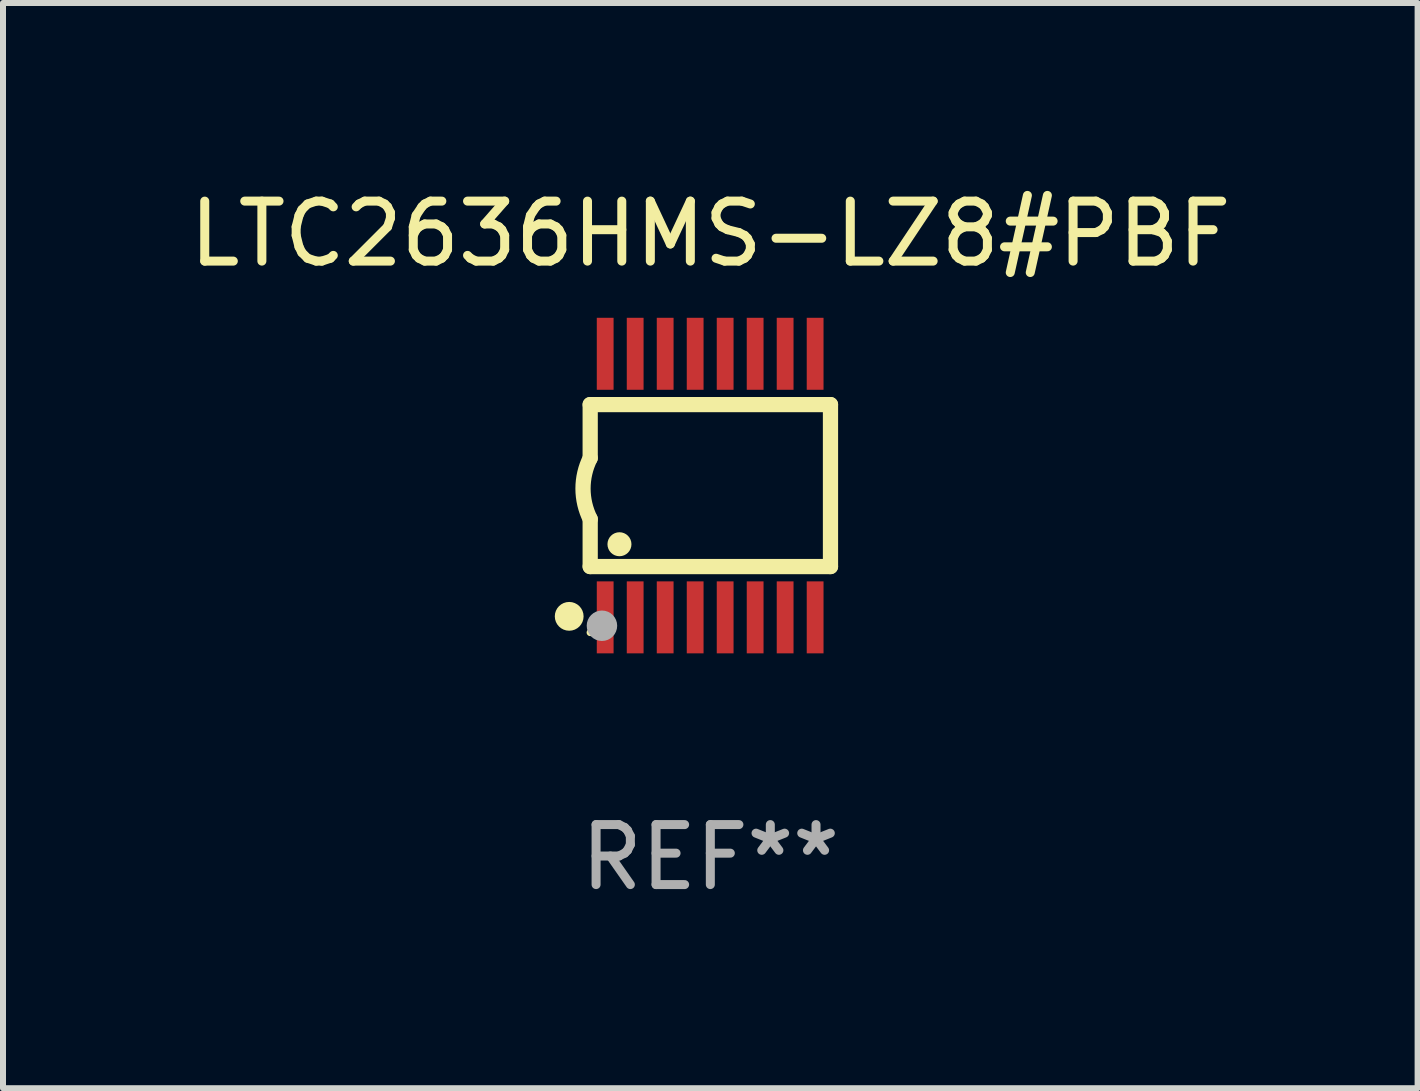
<source format=kicad_pcb>
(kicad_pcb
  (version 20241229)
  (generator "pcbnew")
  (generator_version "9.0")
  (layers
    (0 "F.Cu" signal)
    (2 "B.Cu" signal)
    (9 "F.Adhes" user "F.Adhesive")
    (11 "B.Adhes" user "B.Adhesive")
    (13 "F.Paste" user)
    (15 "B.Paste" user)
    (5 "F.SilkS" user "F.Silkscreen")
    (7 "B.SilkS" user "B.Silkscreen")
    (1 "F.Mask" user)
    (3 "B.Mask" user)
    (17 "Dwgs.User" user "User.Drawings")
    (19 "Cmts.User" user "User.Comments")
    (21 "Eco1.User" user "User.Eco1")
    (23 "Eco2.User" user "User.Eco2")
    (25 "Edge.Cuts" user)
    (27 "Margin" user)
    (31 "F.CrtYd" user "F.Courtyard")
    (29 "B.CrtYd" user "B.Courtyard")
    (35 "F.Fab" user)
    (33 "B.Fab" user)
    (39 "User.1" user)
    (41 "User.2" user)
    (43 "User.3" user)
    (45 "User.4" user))
  (footprint "LTC2636HMS-LZ8#PBF"
    (layer "F.Cu")
    (at 8.792 5.045)
    (property "Reference" "LTC2636HMS-LZ8#PBF" (at 0 -4.197 0) (layer "F.SilkS") (effects (font (size 1 1) (thickness 0.15))))
    (attr through_hole)
    (fp_line (start -2.003 -1.35) (end -2.003 -0.457) (stroke (width 0.254) (type solid)) (layer "F.SilkS"))
    (fp_line (start -2.003 -1.35) (end 2.003 -1.35) (stroke (width 0.254) (type solid)) (layer "F.SilkS"))
    (fp_line (start -2.003 1.35) (end -2.003 0.559) (stroke (width 0.254) (type solid)) (layer "F.SilkS"))
    (fp_line (start -2.003 1.35) (end 2.003 1.35) (stroke (width 0.254) (type solid)) (layer "F.SilkS"))
    (fp_line (start 2.003 -1.35) (end 2.003 1.35) (stroke (width 0.254) (type solid)) (layer "F.SilkS"))
    (fp_arc (start -2.002286 0.558802) (mid -2.122556 0.05092) (end -2.003302 -0.457201) (stroke (width 0.254001) (type solid)) (layer "F.SilkS"))
    (fp_circle (center -2.353 2.18) (end -2.233 2.18) (stroke (width 0.24) (type solid)) (fill no) (layer "F.SilkS"))
    (fp_circle (center -2.003 2.45) (end -1.973 2.45) (stroke (width 0.06) (type solid)) (fill no) (layer "F.SilkS"))
    (fp_circle (center -1.515 0.978) (end -1.415 0.978) (stroke (width 0.2) (type solid)) (fill no) (layer "F.SilkS"))
    (fp_circle (center -1.807 2.337) (end -1.68 2.337) (stroke (width 0.254) (type solid)) (fill no) (layer "F.Fab"))
    (fp_text user "REF**" (at 0 6.197 0) (layer "F.Fab") (effects (font (size 1 1) (thickness 0.15))))
    (pad "1" smd rect (at -1.753 2.197 90) (size 1.2 0.28) (layers "F.Cu" "F.Mask" "F.Paste"))
    (pad "2" smd rect (at -1.253 2.197 90) (size 1.2 0.28) (layers "F.Cu" "F.Mask" "F.Paste"))
    (pad "3" smd rect (at -0.753 2.197 90) (size 1.2 0.28) (layers "F.Cu" "F.Mask" "F.Paste"))
    (pad "4" smd rect (at -0.253 2.197 90) (size 1.2 0.28) (layers "F.Cu" "F.Mask" "F.Paste"))
    (pad "5" smd rect (at 0.247 2.197 90) (size 1.2 0.28) (layers "F.Cu" "F.Mask" "F.Paste"))
    (pad "6" smd rect (at 0.747 2.197 90) (size 1.2 0.28) (layers "F.Cu" "F.Mask" "F.Paste"))
    (pad "7" smd rect (at 1.247 2.197 90) (size 1.2 0.28) (layers "F.Cu" "F.Mask" "F.Paste"))
    (pad "8" smd rect (at 1.747 2.197 90) (size 1.2 0.28) (layers "F.Cu" "F.Mask" "F.Paste"))
    (pad "9" smd rect (at 1.747 -2.197 90) (size 1.2 0.28) (layers "F.Cu" "F.Mask" "F.Paste"))
    (pad "10" smd rect (at 1.247 -2.197 90) (size 1.2 0.28) (layers "F.Cu" "F.Mask" "F.Paste"))
    (pad "11" smd rect (at 0.747 -2.197 90) (size 1.2 0.28) (layers "F.Cu" "F.Mask" "F.Paste"))
    (pad "12" smd rect (at 0.247 -2.197 90) (size 1.2 0.28) (layers "F.Cu" "F.Mask" "F.Paste"))
    (pad "13" smd rect (at -0.253 -2.197 90) (size 1.2 0.28) (layers "F.Cu" "F.Mask" "F.Paste"))
    (pad "14" smd rect (at -0.753 -2.197 90) (size 1.2 0.28) (layers "F.Cu" "F.Mask" "F.Paste"))
    (pad "15" smd rect (at -1.253 -2.197 90) (size 1.2 0.28) (layers "F.Cu" "F.Mask" "F.Paste"))
    (pad "16" smd rect (at -1.753 -2.197 90) (size 1.2 0.28) (layers "F.Cu" "F.Mask" "F.Paste")))
  (gr_rect
    (start -3 -3)
    (end 20.583 15.091)
    (stroke (width 0.1) (type default))
    (fill no)
    (layer "Edge.Cuts")))
</source>
